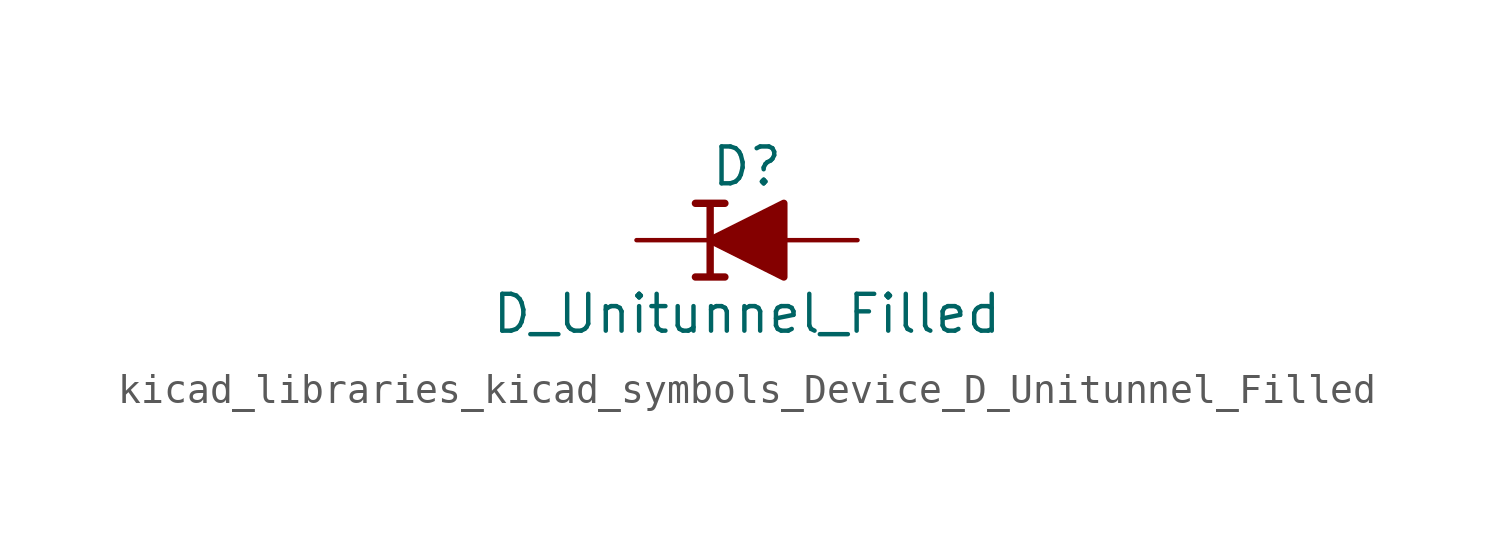
<source format=kicad_sym>
(kicad_symbol_lib
  (version 20220914)
  (generator kicad_symbol_editor)
  (symbol "kicad_libraries_kicad_symbols_Device_D_Unitunnel_Filled"
    (pin_numbers hide)
    (pin_names
      (offset 1.016) hide)
    (property "Reference" "D"
      (at 0 2.54 0)
      (effects (font (size 1.27 1.27))))
    (property "Value" "D_Unitunnel_Filled"
      (at 0 -2.54 0)
      (effects (font (size 1.27 1.27))))
    (symbol "kicad_libraries_kicad_symbols_Device_D_Unitunnel_Filled_0_1"
      (polyline (pts (xy 1.27 0) (xy -1.27 0)) (stroke (width 0) (type default)) (fill (type none)))
      (polyline (pts (xy 1.27 -1.27) (xy 1.27 1.27) (xy -1.27 0) (xy 1.27 -1.27)) (stroke (width 0.254) (type default)) (fill (type outline)))
      (polyline (pts (xy -1.778 -1.27) (xy -0.762 -1.27) (xy -1.27 -1.27) (xy -1.27 1.27) (xy -0.762 1.27) (xy -1.778 1.27)) (stroke (width 0.254) (type default)) (fill (type none))))
    (symbol "kicad_libraries_kicad_symbols_Device_D_Unitunnel_Filled_1_1"
      (pin passive line (at -3.81 0 0) (length 2.54) (name "K" (effects (font (size 1.27 1.27)))) (number "1" (effects (font (size 1.27 1.27)))))
      (pin passive line (at 3.81 0 180) (length 2.54) (name "A" (effects (font (size 1.27 1.27)))) (number "2" (effects (font (size 1.27 1.27))))))))
</source>
